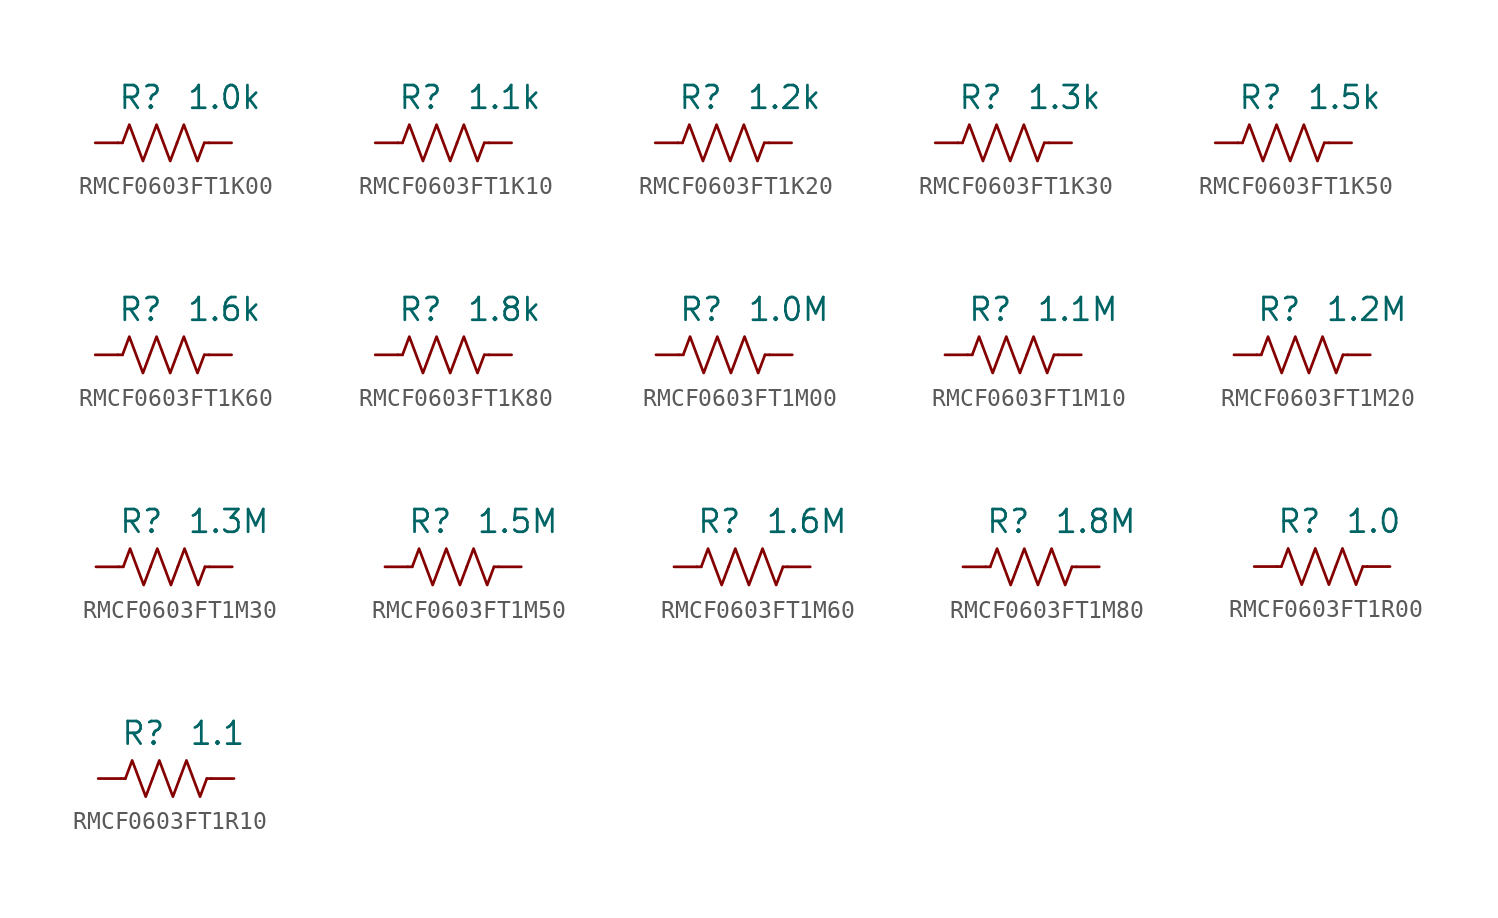
<source format=kicad_sym>
(kicad_symbol_lib
  (version 20241209)
  (generator "kicad_symbol_editor")
  (generator_version "9.0")
  (symbol "RMCF0603FT1K00"
    (pin_numbers
      (hide yes))
    (property "Reference" "R"
      (at 0 2.54 0)
      (effects (font (size 1.27 1.27)) (justify right)))
    (property "Value" "1.0k"
      (at 1.27 2.54 0)
      (effects (font (size 1.27 1.27)) (justify left)))
    (symbol "RMCF0603FT1K00_0_1"
      (polyline (pts (xy -2.286 0) (xy -2.54 0)) (stroke (width 0) (type default)) (fill (type none)))
      (polyline (pts (xy -2.286 0) (xy -1.905 1.016) (xy -1.524 0) (xy -1.143 -1.016) (xy -0.762 0)) (stroke (width 0) (type default)) (fill (type none)))
      (polyline (pts (xy -0.762 0) (xy -0.381 1.016) (xy 0 0) (xy 0.381 -1.016) (xy 0.762 0)) (stroke (width 0) (type default)) (fill (type none)))
      (polyline (pts (xy 0.762 0) (xy 1.143 1.016) (xy 1.524 0) (xy 1.905 -1.016) (xy 2.286 0)) (stroke (width 0) (type default)) (fill (type none)))
      (polyline (pts (xy 2.286 0) (xy 2.54 0)) (stroke (width 0) (type default)) (fill (type none))))
    (symbol "RMCF0603FT1K00_1_1"
      (pin passive line (at -3.81 0 0) (length 1.27) (name "~" (effects (font (size 1.27 1.27)))) (number "1" (effects (font (size 1.27 1.27)))))
      (pin passive line (at 3.81 0 180) (length 1.27) (name "~" (effects (font (size 1.27 1.27)))) (number "2" (effects (font (size 1.27 1.27)))))))
  (symbol "RMCF0603FT1K10"
    (pin_numbers
      (hide yes))
    (property "Reference" "R"
      (at 0 2.54 0)
      (effects (font (size 1.27 1.27)) (justify right)))
    (property "Value" "1.1k"
      (at 1.27 2.54 0)
      (effects (font (size 1.27 1.27)) (justify left)))
    (symbol "RMCF0603FT1K10_0_1"
      (polyline (pts (xy -2.286 0) (xy -2.54 0)) (stroke (width 0) (type default)) (fill (type none)))
      (polyline (pts (xy -2.286 0) (xy -1.905 1.016) (xy -1.524 0) (xy -1.143 -1.016) (xy -0.762 0)) (stroke (width 0) (type default)) (fill (type none)))
      (polyline (pts (xy -0.762 0) (xy -0.381 1.016) (xy 0 0) (xy 0.381 -1.016) (xy 0.762 0)) (stroke (width 0) (type default)) (fill (type none)))
      (polyline (pts (xy 0.762 0) (xy 1.143 1.016) (xy 1.524 0) (xy 1.905 -1.016) (xy 2.286 0)) (stroke (width 0) (type default)) (fill (type none)))
      (polyline (pts (xy 2.286 0) (xy 2.54 0)) (stroke (width 0) (type default)) (fill (type none))))
    (symbol "RMCF0603FT1K10_1_1"
      (pin passive line (at -3.81 0 0) (length 1.27) (name "~" (effects (font (size 1.27 1.27)))) (number "1" (effects (font (size 1.27 1.27)))))
      (pin passive line (at 3.81 0 180) (length 1.27) (name "~" (effects (font (size 1.27 1.27)))) (number "2" (effects (font (size 1.27 1.27)))))))
  (symbol "RMCF0603FT1K20"
    (pin_numbers
      (hide yes))
    (property "Reference" "R"
      (at 0 2.54 0)
      (effects (font (size 1.27 1.27)) (justify right)))
    (property "Value" "1.2k"
      (at 1.27 2.54 0)
      (effects (font (size 1.27 1.27)) (justify left)))
    (symbol "RMCF0603FT1K20_0_1"
      (polyline (pts (xy -2.286 0) (xy -2.54 0)) (stroke (width 0) (type default)) (fill (type none)))
      (polyline (pts (xy -2.286 0) (xy -1.905 1.016) (xy -1.524 0) (xy -1.143 -1.016) (xy -0.762 0)) (stroke (width 0) (type default)) (fill (type none)))
      (polyline (pts (xy -0.762 0) (xy -0.381 1.016) (xy 0 0) (xy 0.381 -1.016) (xy 0.762 0)) (stroke (width 0) (type default)) (fill (type none)))
      (polyline (pts (xy 0.762 0) (xy 1.143 1.016) (xy 1.524 0) (xy 1.905 -1.016) (xy 2.286 0)) (stroke (width 0) (type default)) (fill (type none)))
      (polyline (pts (xy 2.286 0) (xy 2.54 0)) (stroke (width 0) (type default)) (fill (type none))))
    (symbol "RMCF0603FT1K20_1_1"
      (pin passive line (at -3.81 0 0) (length 1.27) (name "~" (effects (font (size 1.27 1.27)))) (number "1" (effects (font (size 1.27 1.27)))))
      (pin passive line (at 3.81 0 180) (length 1.27) (name "~" (effects (font (size 1.27 1.27)))) (number "2" (effects (font (size 1.27 1.27)))))))
  (symbol "RMCF0603FT1K30"
    (pin_numbers
      (hide yes))
    (property "Reference" "R"
      (at 0 2.54 0)
      (effects (font (size 1.27 1.27)) (justify right)))
    (property "Value" "1.3k"
      (at 1.27 2.54 0)
      (effects (font (size 1.27 1.27)) (justify left)))
    (symbol "RMCF0603FT1K30_0_1"
      (polyline (pts (xy -2.286 0) (xy -2.54 0)) (stroke (width 0) (type default)) (fill (type none)))
      (polyline (pts (xy -2.286 0) (xy -1.905 1.016) (xy -1.524 0) (xy -1.143 -1.016) (xy -0.762 0)) (stroke (width 0) (type default)) (fill (type none)))
      (polyline (pts (xy -0.762 0) (xy -0.381 1.016) (xy 0 0) (xy 0.381 -1.016) (xy 0.762 0)) (stroke (width 0) (type default)) (fill (type none)))
      (polyline (pts (xy 0.762 0) (xy 1.143 1.016) (xy 1.524 0) (xy 1.905 -1.016) (xy 2.286 0)) (stroke (width 0) (type default)) (fill (type none)))
      (polyline (pts (xy 2.286 0) (xy 2.54 0)) (stroke (width 0) (type default)) (fill (type none))))
    (symbol "RMCF0603FT1K30_1_1"
      (pin passive line (at -3.81 0 0) (length 1.27) (name "~" (effects (font (size 1.27 1.27)))) (number "1" (effects (font (size 1.27 1.27)))))
      (pin passive line (at 3.81 0 180) (length 1.27) (name "~" (effects (font (size 1.27 1.27)))) (number "2" (effects (font (size 1.27 1.27)))))))
  (symbol "RMCF0603FT1K50"
    (pin_numbers
      (hide yes))
    (property "Reference" "R"
      (at 0 2.54 0)
      (effects (font (size 1.27 1.27)) (justify right)))
    (property "Value" "1.5k"
      (at 1.27 2.54 0)
      (effects (font (size 1.27 1.27)) (justify left)))
    (symbol "RMCF0603FT1K50_0_1"
      (polyline (pts (xy -2.286 0) (xy -2.54 0)) (stroke (width 0) (type default)) (fill (type none)))
      (polyline (pts (xy -2.286 0) (xy -1.905 1.016) (xy -1.524 0) (xy -1.143 -1.016) (xy -0.762 0)) (stroke (width 0) (type default)) (fill (type none)))
      (polyline (pts (xy -0.762 0) (xy -0.381 1.016) (xy 0 0) (xy 0.381 -1.016) (xy 0.762 0)) (stroke (width 0) (type default)) (fill (type none)))
      (polyline (pts (xy 0.762 0) (xy 1.143 1.016) (xy 1.524 0) (xy 1.905 -1.016) (xy 2.286 0)) (stroke (width 0) (type default)) (fill (type none)))
      (polyline (pts (xy 2.286 0) (xy 2.54 0)) (stroke (width 0) (type default)) (fill (type none))))
    (symbol "RMCF0603FT1K50_1_1"
      (pin passive line (at -3.81 0 0) (length 1.27) (name "~" (effects (font (size 1.27 1.27)))) (number "1" (effects (font (size 1.27 1.27)))))
      (pin passive line (at 3.81 0 180) (length 1.27) (name "~" (effects (font (size 1.27 1.27)))) (number "2" (effects (font (size 1.27 1.27)))))))
  (symbol "RMCF0603FT1K60"
    (pin_numbers
      (hide yes))
    (property "Reference" "R"
      (at 0 2.54 0)
      (effects (font (size 1.27 1.27)) (justify right)))
    (property "Value" "1.6k"
      (at 1.27 2.54 0)
      (effects (font (size 1.27 1.27)) (justify left)))
    (symbol "RMCF0603FT1K60_0_1"
      (polyline (pts (xy -2.286 0) (xy -2.54 0)) (stroke (width 0) (type default)) (fill (type none)))
      (polyline (pts (xy -2.286 0) (xy -1.905 1.016) (xy -1.524 0) (xy -1.143 -1.016) (xy -0.762 0)) (stroke (width 0) (type default)) (fill (type none)))
      (polyline (pts (xy -0.762 0) (xy -0.381 1.016) (xy 0 0) (xy 0.381 -1.016) (xy 0.762 0)) (stroke (width 0) (type default)) (fill (type none)))
      (polyline (pts (xy 0.762 0) (xy 1.143 1.016) (xy 1.524 0) (xy 1.905 -1.016) (xy 2.286 0)) (stroke (width 0) (type default)) (fill (type none)))
      (polyline (pts (xy 2.286 0) (xy 2.54 0)) (stroke (width 0) (type default)) (fill (type none))))
    (symbol "RMCF0603FT1K60_1_1"
      (pin passive line (at -3.81 0 0) (length 1.27) (name "~" (effects (font (size 1.27 1.27)))) (number "1" (effects (font (size 1.27 1.27)))))
      (pin passive line (at 3.81 0 180) (length 1.27) (name "~" (effects (font (size 1.27 1.27)))) (number "2" (effects (font (size 1.27 1.27)))))))
  (symbol "RMCF0603FT1K80"
    (pin_numbers
      (hide yes))
    (property "Reference" "R"
      (at 0 2.54 0)
      (effects (font (size 1.27 1.27)) (justify right)))
    (property "Value" "1.8k"
      (at 1.27 2.54 0)
      (effects (font (size 1.27 1.27)) (justify left)))
    (symbol "RMCF0603FT1K80_0_1"
      (polyline (pts (xy -2.286 0) (xy -2.54 0)) (stroke (width 0) (type default)) (fill (type none)))
      (polyline (pts (xy -2.286 0) (xy -1.905 1.016) (xy -1.524 0) (xy -1.143 -1.016) (xy -0.762 0)) (stroke (width 0) (type default)) (fill (type none)))
      (polyline (pts (xy -0.762 0) (xy -0.381 1.016) (xy 0 0) (xy 0.381 -1.016) (xy 0.762 0)) (stroke (width 0) (type default)) (fill (type none)))
      (polyline (pts (xy 0.762 0) (xy 1.143 1.016) (xy 1.524 0) (xy 1.905 -1.016) (xy 2.286 0)) (stroke (width 0) (type default)) (fill (type none)))
      (polyline (pts (xy 2.286 0) (xy 2.54 0)) (stroke (width 0) (type default)) (fill (type none))))
    (symbol "RMCF0603FT1K80_1_1"
      (pin passive line (at -3.81 0 0) (length 1.27) (name "~" (effects (font (size 1.27 1.27)))) (number "1" (effects (font (size 1.27 1.27)))))
      (pin passive line (at 3.81 0 180) (length 1.27) (name "~" (effects (font (size 1.27 1.27)))) (number "2" (effects (font (size 1.27 1.27)))))))
  (symbol "RMCF0603FT1M00"
    (pin_numbers
      (hide yes))
    (property "Reference" "R"
      (at 0 2.54 0)
      (effects (font (size 1.27 1.27)) (justify right)))
    (property "Value" "1.0M"
      (at 1.27 2.54 0)
      (effects (font (size 1.27 1.27)) (justify left)))
    (symbol "RMCF0603FT1M00_0_1"
      (polyline (pts (xy -2.286 0) (xy -2.54 0)) (stroke (width 0) (type default)) (fill (type none)))
      (polyline (pts (xy -2.286 0) (xy -1.905 1.016) (xy -1.524 0) (xy -1.143 -1.016) (xy -0.762 0)) (stroke (width 0) (type default)) (fill (type none)))
      (polyline (pts (xy -0.762 0) (xy -0.381 1.016) (xy 0 0) (xy 0.381 -1.016) (xy 0.762 0)) (stroke (width 0) (type default)) (fill (type none)))
      (polyline (pts (xy 0.762 0) (xy 1.143 1.016) (xy 1.524 0) (xy 1.905 -1.016) (xy 2.286 0)) (stroke (width 0) (type default)) (fill (type none)))
      (polyline (pts (xy 2.286 0) (xy 2.54 0)) (stroke (width 0) (type default)) (fill (type none))))
    (symbol "RMCF0603FT1M00_1_1"
      (pin passive line (at -3.81 0 0) (length 1.27) (name "~" (effects (font (size 1.27 1.27)))) (number "1" (effects (font (size 1.27 1.27)))))
      (pin passive line (at 3.81 0 180) (length 1.27) (name "~" (effects (font (size 1.27 1.27)))) (number "2" (effects (font (size 1.27 1.27)))))))
  (symbol "RMCF0603FT1M10"
    (pin_numbers
      (hide yes))
    (property "Reference" "R"
      (at 0 2.54 0)
      (effects (font (size 1.27 1.27)) (justify right)))
    (property "Value" "1.1M"
      (at 1.27 2.54 0)
      (effects (font (size 1.27 1.27)) (justify left)))
    (symbol "RMCF0603FT1M10_0_1"
      (polyline (pts (xy -2.286 0) (xy -2.54 0)) (stroke (width 0) (type default)) (fill (type none)))
      (polyline (pts (xy -2.286 0) (xy -1.905 1.016) (xy -1.524 0) (xy -1.143 -1.016) (xy -0.762 0)) (stroke (width 0) (type default)) (fill (type none)))
      (polyline (pts (xy -0.762 0) (xy -0.381 1.016) (xy 0 0) (xy 0.381 -1.016) (xy 0.762 0)) (stroke (width 0) (type default)) (fill (type none)))
      (polyline (pts (xy 0.762 0) (xy 1.143 1.016) (xy 1.524 0) (xy 1.905 -1.016) (xy 2.286 0)) (stroke (width 0) (type default)) (fill (type none)))
      (polyline (pts (xy 2.286 0) (xy 2.54 0)) (stroke (width 0) (type default)) (fill (type none))))
    (symbol "RMCF0603FT1M10_1_1"
      (pin passive line (at -3.81 0 0) (length 1.27) (name "~" (effects (font (size 1.27 1.27)))) (number "1" (effects (font (size 1.27 1.27)))))
      (pin passive line (at 3.81 0 180) (length 1.27) (name "~" (effects (font (size 1.27 1.27)))) (number "2" (effects (font (size 1.27 1.27)))))))
  (symbol "RMCF0603FT1M20"
    (pin_numbers
      (hide yes))
    (property "Reference" "R"
      (at 0 2.54 0)
      (effects (font (size 1.27 1.27)) (justify right)))
    (property "Value" "1.2M"
      (at 1.27 2.54 0)
      (effects (font (size 1.27 1.27)) (justify left)))
    (symbol "RMCF0603FT1M20_0_1"
      (polyline (pts (xy -2.286 0) (xy -2.54 0)) (stroke (width 0) (type default)) (fill (type none)))
      (polyline (pts (xy -2.286 0) (xy -1.905 1.016) (xy -1.524 0) (xy -1.143 -1.016) (xy -0.762 0)) (stroke (width 0) (type default)) (fill (type none)))
      (polyline (pts (xy -0.762 0) (xy -0.381 1.016) (xy 0 0) (xy 0.381 -1.016) (xy 0.762 0)) (stroke (width 0) (type default)) (fill (type none)))
      (polyline (pts (xy 0.762 0) (xy 1.143 1.016) (xy 1.524 0) (xy 1.905 -1.016) (xy 2.286 0)) (stroke (width 0) (type default)) (fill (type none)))
      (polyline (pts (xy 2.286 0) (xy 2.54 0)) (stroke (width 0) (type default)) (fill (type none))))
    (symbol "RMCF0603FT1M20_1_1"
      (pin passive line (at -3.81 0 0) (length 1.27) (name "~" (effects (font (size 1.27 1.27)))) (number "1" (effects (font (size 1.27 1.27)))))
      (pin passive line (at 3.81 0 180) (length 1.27) (name "~" (effects (font (size 1.27 1.27)))) (number "2" (effects (font (size 1.27 1.27)))))))
  (symbol "RMCF0603FT1M30"
    (pin_numbers
      (hide yes))
    (property "Reference" "R"
      (at 0 2.54 0)
      (effects (font (size 1.27 1.27)) (justify right)))
    (property "Value" "1.3M"
      (at 1.27 2.54 0)
      (effects (font (size 1.27 1.27)) (justify left)))
    (symbol "RMCF0603FT1M30_0_1"
      (polyline (pts (xy -2.286 0) (xy -2.54 0)) (stroke (width 0) (type default)) (fill (type none)))
      (polyline (pts (xy -2.286 0) (xy -1.905 1.016) (xy -1.524 0) (xy -1.143 -1.016) (xy -0.762 0)) (stroke (width 0) (type default)) (fill (type none)))
      (polyline (pts (xy -0.762 0) (xy -0.381 1.016) (xy 0 0) (xy 0.381 -1.016) (xy 0.762 0)) (stroke (width 0) (type default)) (fill (type none)))
      (polyline (pts (xy 0.762 0) (xy 1.143 1.016) (xy 1.524 0) (xy 1.905 -1.016) (xy 2.286 0)) (stroke (width 0) (type default)) (fill (type none)))
      (polyline (pts (xy 2.286 0) (xy 2.54 0)) (stroke (width 0) (type default)) (fill (type none))))
    (symbol "RMCF0603FT1M30_1_1"
      (pin passive line (at -3.81 0 0) (length 1.27) (name "~" (effects (font (size 1.27 1.27)))) (number "1" (effects (font (size 1.27 1.27)))))
      (pin passive line (at 3.81 0 180) (length 1.27) (name "~" (effects (font (size 1.27 1.27)))) (number "2" (effects (font (size 1.27 1.27)))))))
  (symbol "RMCF0603FT1M50"
    (pin_numbers
      (hide yes))
    (property "Reference" "R"
      (at 0 2.54 0)
      (effects (font (size 1.27 1.27)) (justify right)))
    (property "Value" "1.5M"
      (at 1.27 2.54 0)
      (effects (font (size 1.27 1.27)) (justify left)))
    (symbol "RMCF0603FT1M50_0_1"
      (polyline (pts (xy -2.286 0) (xy -2.54 0)) (stroke (width 0) (type default)) (fill (type none)))
      (polyline (pts (xy -2.286 0) (xy -1.905 1.016) (xy -1.524 0) (xy -1.143 -1.016) (xy -0.762 0)) (stroke (width 0) (type default)) (fill (type none)))
      (polyline (pts (xy -0.762 0) (xy -0.381 1.016) (xy 0 0) (xy 0.381 -1.016) (xy 0.762 0)) (stroke (width 0) (type default)) (fill (type none)))
      (polyline (pts (xy 0.762 0) (xy 1.143 1.016) (xy 1.524 0) (xy 1.905 -1.016) (xy 2.286 0)) (stroke (width 0) (type default)) (fill (type none)))
      (polyline (pts (xy 2.286 0) (xy 2.54 0)) (stroke (width 0) (type default)) (fill (type none))))
    (symbol "RMCF0603FT1M50_1_1"
      (pin passive line (at -3.81 0 0) (length 1.27) (name "~" (effects (font (size 1.27 1.27)))) (number "1" (effects (font (size 1.27 1.27)))))
      (pin passive line (at 3.81 0 180) (length 1.27) (name "~" (effects (font (size 1.27 1.27)))) (number "2" (effects (font (size 1.27 1.27)))))))
  (symbol "RMCF0603FT1M60"
    (pin_numbers
      (hide yes))
    (property "Reference" "R"
      (at 0 2.54 0)
      (effects (font (size 1.27 1.27)) (justify right)))
    (property "Value" "1.6M"
      (at 1.27 2.54 0)
      (effects (font (size 1.27 1.27)) (justify left)))
    (symbol "RMCF0603FT1M60_0_1"
      (polyline (pts (xy -2.286 0) (xy -2.54 0)) (stroke (width 0) (type default)) (fill (type none)))
      (polyline (pts (xy -2.286 0) (xy -1.905 1.016) (xy -1.524 0) (xy -1.143 -1.016) (xy -0.762 0)) (stroke (width 0) (type default)) (fill (type none)))
      (polyline (pts (xy -0.762 0) (xy -0.381 1.016) (xy 0 0) (xy 0.381 -1.016) (xy 0.762 0)) (stroke (width 0) (type default)) (fill (type none)))
      (polyline (pts (xy 0.762 0) (xy 1.143 1.016) (xy 1.524 0) (xy 1.905 -1.016) (xy 2.286 0)) (stroke (width 0) (type default)) (fill (type none)))
      (polyline (pts (xy 2.286 0) (xy 2.54 0)) (stroke (width 0) (type default)) (fill (type none))))
    (symbol "RMCF0603FT1M60_1_1"
      (pin passive line (at -3.81 0 0) (length 1.27) (name "~" (effects (font (size 1.27 1.27)))) (number "1" (effects (font (size 1.27 1.27)))))
      (pin passive line (at 3.81 0 180) (length 1.27) (name "~" (effects (font (size 1.27 1.27)))) (number "2" (effects (font (size 1.27 1.27)))))))
  (symbol "RMCF0603FT1M80"
    (pin_numbers
      (hide yes))
    (property "Reference" "R"
      (at 0 2.54 0)
      (effects (font (size 1.27 1.27)) (justify right)))
    (property "Value" "1.8M"
      (at 1.27 2.54 0)
      (effects (font (size 1.27 1.27)) (justify left)))
    (symbol "RMCF0603FT1M80_0_1"
      (polyline (pts (xy -2.286 0) (xy -2.54 0)) (stroke (width 0) (type default)) (fill (type none)))
      (polyline (pts (xy -2.286 0) (xy -1.905 1.016) (xy -1.524 0) (xy -1.143 -1.016) (xy -0.762 0)) (stroke (width 0) (type default)) (fill (type none)))
      (polyline (pts (xy -0.762 0) (xy -0.381 1.016) (xy 0 0) (xy 0.381 -1.016) (xy 0.762 0)) (stroke (width 0) (type default)) (fill (type none)))
      (polyline (pts (xy 0.762 0) (xy 1.143 1.016) (xy 1.524 0) (xy 1.905 -1.016) (xy 2.286 0)) (stroke (width 0) (type default)) (fill (type none)))
      (polyline (pts (xy 2.286 0) (xy 2.54 0)) (stroke (width 0) (type default)) (fill (type none))))
    (symbol "RMCF0603FT1M80_1_1"
      (pin passive line (at -3.81 0 0) (length 1.27) (name "~" (effects (font (size 1.27 1.27)))) (number "1" (effects (font (size 1.27 1.27)))))
      (pin passive line (at 3.81 0 180) (length 1.27) (name "~" (effects (font (size 1.27 1.27)))) (number "2" (effects (font (size 1.27 1.27)))))))
  (symbol "RMCF0603FT1R00"
    (pin_numbers
      (hide yes))
    (property "Reference" "R"
      (at 0 2.54 0)
      (effects (font (size 1.27 1.27)) (justify right)))
    (property "Value" "1.0"
      (at 1.27 2.54 0)
      (effects (font (size 1.27 1.27)) (justify left)))
    (symbol "RMCF0603FT1R00_0_1"
      (polyline (pts (xy -2.286 0) (xy -2.54 0)) (stroke (width 0) (type default)) (fill (type none)))
      (polyline (pts (xy -2.286 0) (xy -1.905 1.016) (xy -1.524 0) (xy -1.143 -1.016) (xy -0.762 0)) (stroke (width 0) (type default)) (fill (type none)))
      (polyline (pts (xy -0.762 0) (xy -0.381 1.016) (xy 0 0) (xy 0.381 -1.016) (xy 0.762 0)) (stroke (width 0) (type default)) (fill (type none)))
      (polyline (pts (xy 0.762 0) (xy 1.143 1.016) (xy 1.524 0) (xy 1.905 -1.016) (xy 2.286 0)) (stroke (width 0) (type default)) (fill (type none)))
      (polyline (pts (xy 2.286 0) (xy 2.54 0)) (stroke (width 0) (type default)) (fill (type none))))
    (symbol "RMCF0603FT1R00_1_1"
      (pin passive line (at -3.81 0 0) (length 1.27) (name "~" (effects (font (size 1.27 1.27)))) (number "1" (effects (font (size 1.27 1.27)))))
      (pin passive line (at 3.81 0 180) (length 1.27) (name "~" (effects (font (size 1.27 1.27)))) (number "2" (effects (font (size 1.27 1.27)))))))
  (symbol "RMCF0603FT1R10"
    (pin_numbers
      (hide yes))
    (property "Reference" "R"
      (at 0 2.54 0)
      (effects (font (size 1.27 1.27)) (justify right)))
    (property "Value" "1.1"
      (at 1.27 2.54 0)
      (effects (font (size 1.27 1.27)) (justify left)))
    (symbol "RMCF0603FT1R10_0_1"
      (polyline (pts (xy -2.286 0) (xy -2.54 0)) (stroke (width 0) (type default)) (fill (type none)))
      (polyline (pts (xy -2.286 0) (xy -1.905 1.016) (xy -1.524 0) (xy -1.143 -1.016) (xy -0.762 0)) (stroke (width 0) (type default)) (fill (type none)))
      (polyline (pts (xy -0.762 0) (xy -0.381 1.016) (xy 0 0) (xy 0.381 -1.016) (xy 0.762 0)) (stroke (width 0) (type default)) (fill (type none)))
      (polyline (pts (xy 0.762 0) (xy 1.143 1.016) (xy 1.524 0) (xy 1.905 -1.016) (xy 2.286 0)) (stroke (width 0) (type default)) (fill (type none)))
      (polyline (pts (xy 2.286 0) (xy 2.54 0)) (stroke (width 0) (type default)) (fill (type none))))
    (symbol "RMCF0603FT1R10_1_1"
      (pin passive line (at -3.81 0 0) (length 1.27) (name "~" (effects (font (size 1.27 1.27)))) (number "1" (effects (font (size 1.27 1.27)))))
      (pin passive line (at 3.81 0 180) (length 1.27) (name "~" (effects (font (size 1.27 1.27)))) (number "2" (effects (font (size 1.27 1.27))))))))
</source>
